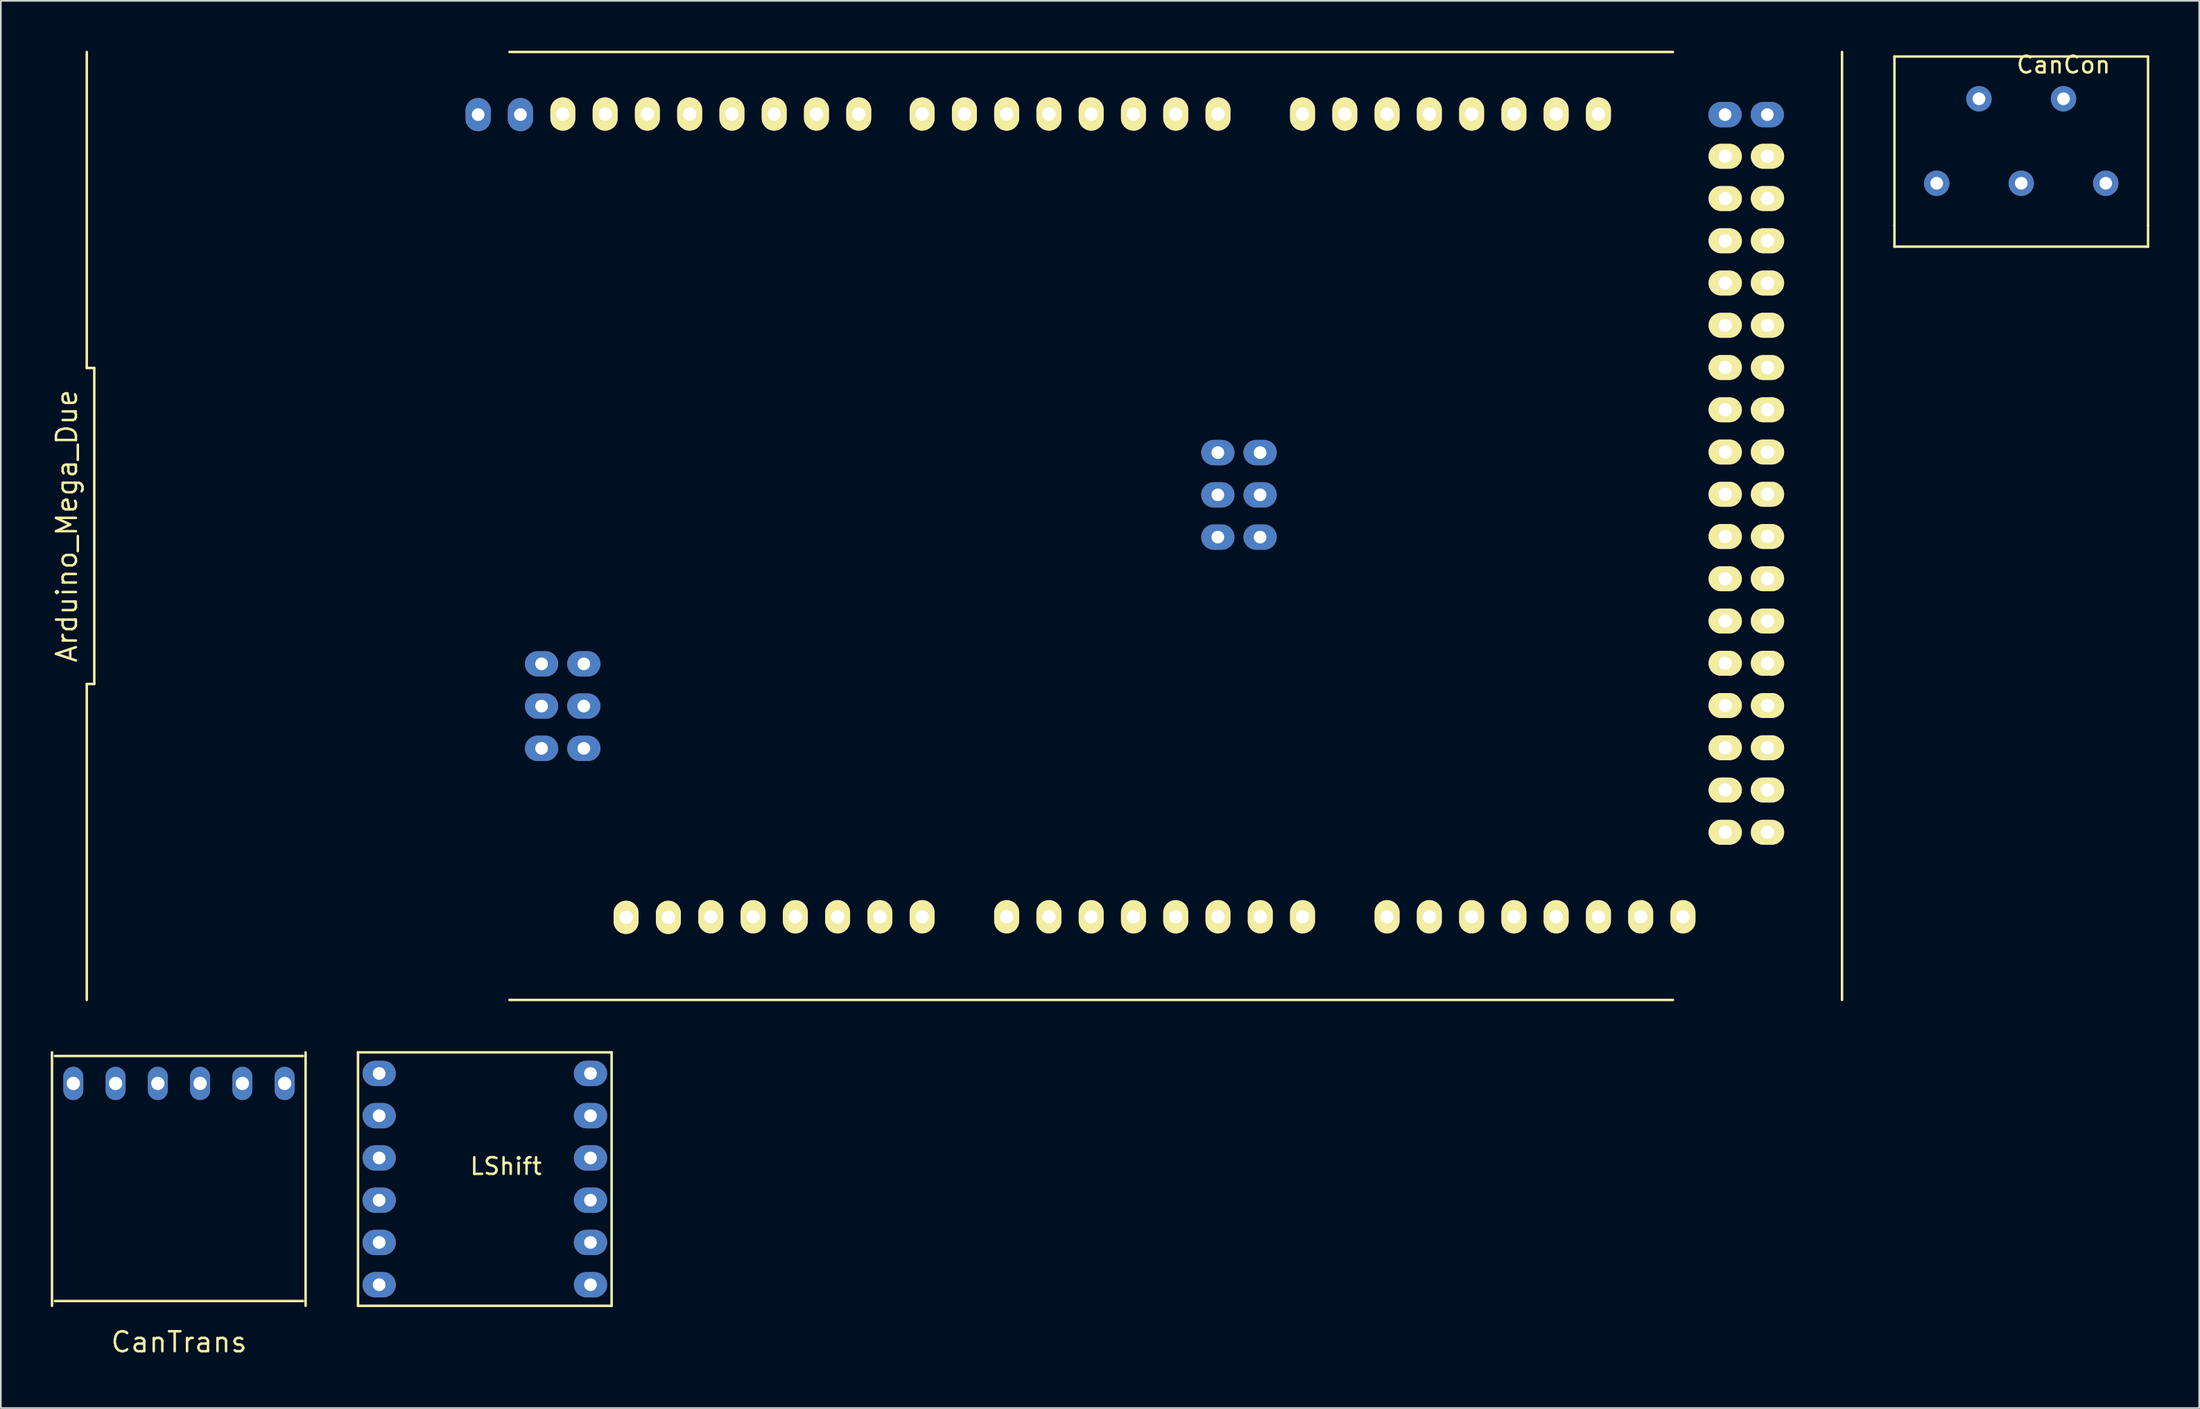
<source format=kicad_pcb>
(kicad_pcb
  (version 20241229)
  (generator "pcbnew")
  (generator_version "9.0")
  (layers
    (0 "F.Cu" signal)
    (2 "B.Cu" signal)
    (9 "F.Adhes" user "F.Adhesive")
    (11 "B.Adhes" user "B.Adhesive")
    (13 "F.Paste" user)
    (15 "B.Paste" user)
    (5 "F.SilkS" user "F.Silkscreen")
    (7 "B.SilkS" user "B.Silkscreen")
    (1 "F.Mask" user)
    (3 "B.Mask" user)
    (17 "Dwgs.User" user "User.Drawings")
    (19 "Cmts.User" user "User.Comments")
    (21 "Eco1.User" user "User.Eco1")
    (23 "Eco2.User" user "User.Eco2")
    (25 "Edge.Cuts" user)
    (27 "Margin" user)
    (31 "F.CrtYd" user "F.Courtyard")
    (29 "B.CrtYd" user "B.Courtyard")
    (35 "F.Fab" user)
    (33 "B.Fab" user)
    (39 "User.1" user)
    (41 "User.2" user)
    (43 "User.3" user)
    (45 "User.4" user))
  (footprint "CanTrans"
    (layer "F.Cu")
    (at 7.705 68.435)
    (property "Reference" "CanTrans" (at 0 9.2 0) (layer "F.SilkS") (effects (font (size 1.2 1.2) (thickness 0.15))))
    (attr through_hole)
    (fp_line (start -7.63 -8.22) (end -7.63 7.02) (stroke (width 0.15) (type solid)) (layer "F.SilkS"))
    (fp_line (start -7.45 -8) (end 7.45 -8) (stroke (width 0.15) (type solid)) (layer "F.SilkS"))
    (fp_line (start 7.45 6.73) (end -7.45 6.73) (stroke (width 0.15) (type solid)) (layer "F.SilkS"))
    (fp_line (start 7.61 7.02) (end 7.61 -8.22) (stroke (width 0.15) (type solid)) (layer "F.SilkS"))
    (pad "3v3" thru_hole oval (at 6.35 -6.35) (size 1.2 2) (drill 0.8) (layers "*.Cu" "*.Mask"))
    (pad "CANH" thru_hole oval (at -3.81 -6.35) (size 1.2 2) (drill 0.8) (layers "*.Cu" "*.Mask"))
    (pad "CANL" thru_hole oval (at -6.35 -6.35) (size 1.2 2) (drill 0.8) (layers "*.Cu" "*.Mask"))
    (pad "CRX" thru_hole oval (at -1.27 -6.35) (size 1.2 2) (drill 0.8) (layers "*.Cu" "*.Mask"))
    (pad "CTX" thru_hole oval (at 1.27 -6.35) (size 1.2 2) (drill 0.8) (layers "*.Cu" "*.Mask"))
    (pad "GND" thru_hole oval (at 3.81 -6.35) (size 1.2 2) (drill 0.8) (layers "*.Cu" "*.Mask")))
  (footprint "Arduino_Mega_Due"
    (layer "F.Cu")
    (at 62.525 29.84)
    (property "Reference" "Arduino_Mega_Due" (at -61.56 -1.27 90) (layer "F.SilkS") (effects (font (size 1.2 1.2) (thickness 0.15))))
    (attr through_hole)
    (fp_line (start -60.36 -29.765) (end -60.36 -10.768) (stroke (width 0.15) (type solid)) (layer "F.SilkS"))
    (fp_line (start -60.36 -10.768) (end -59.91 -10.768) (stroke (width 0.15) (type solid)) (layer "F.SilkS"))
    (fp_line (start -60.36 8.228) (end -60.36 27.225) (stroke (width 0.15) (type solid)) (layer "F.SilkS"))
    (fp_line (start -59.91 -10.768) (end -59.91 8.228) (stroke (width 0.15) (type solid)) (layer "F.SilkS"))
    (fp_line (start -59.91 8.228) (end -60.36 8.228) (stroke (width 0.15) (type solid)) (layer "F.SilkS"))
    (fp_line (start -34.96 27.225) (end 34.96 27.225) (stroke (width 0.15) (type solid)) (layer "F.SilkS"))
    (fp_line (start 34.96 -29.765) (end -34.96 -29.765) (stroke (width 0.15) (type solid)) (layer "F.SilkS"))
    (fp_line (start 45.12 27.225) (end 45.12 -29.765) (stroke (width 0.15) (type solid)) (layer "F.SilkS"))
    (pad "0" thru_hole oval (at 7.62 -26.035) (size 1.5 2) (drill 0.8) (layers "*.Cu" "*.Mask" "F.SilkS"))
    (pad "1" thru_hole oval (at 5.08 -26.035) (size 1.5 2) (drill 0.8) (layers "*.Cu" "*.Mask" "F.SilkS"))
    (pad "2" thru_hole oval (at 2.54 -26.035) (size 1.5 2) (drill 0.8) (layers "*.Cu" "*.Mask" "F.SilkS"))
    (pad "3" thru_hole oval (at 0 -26.035) (size 1.5 2) (drill 0.8) (layers "*.Cu" "*.Mask" "F.SilkS"))
    (pad "3.3V" thru_hole oval (at -20.32 22.225) (size 1.5 2) (drill 0.8) (layers "*.Cu" "*.Mask" "F.SilkS"))
    (pad "4" thru_hole oval (at -2.54 -26.035) (size 1.5 2) (drill 0.8) (layers "*.Cu" "*.Mask" "F.SilkS"))
    (pad "5" thru_hole oval (at -5.08 -26.035) (size 1.5 2) (drill 0.8) (layers "*.Cu" "*.Mask" "F.SilkS"))
    (pad "5V" thru_hole oval (at -17.78 22.225) (size 1.5 2) (drill 0.8) (layers "*.Cu" "*.Mask" "F.SilkS"))
    (pad "5V" thru_hole oval (at 38.09 -26) (size 2 1.524) (drill 0.762) (layers "*.Cu" "*.Mask"))
    (pad "5V" thru_hole oval (at 40.63 -26) (size 2 1.524) (drill 0.762) (layers "*.Cu" "*.Mask"))
    (pad "6" thru_hole oval (at -7.62 -26.035) (size 1.5 2) (drill 0.8) (layers "*.Cu" "*.Mask" "F.SilkS"))
    (pad "7" thru_hole oval (at -10.16 -26.035) (size 1.5 2) (drill 0.8) (layers "*.Cu" "*.Mask" "F.SilkS"))
    (pad "8" thru_hole oval (at -13.97 -26.035) (size 1.5 2) (drill 0.8) (layers "*.Cu" "*.Mask" "F.SilkS"))
    (pad "9" thru_hole oval (at -16.51 -26.035) (size 1.5 2) (drill 0.8) (layers "*.Cu" "*.Mask" "F.SilkS"))
    (pad "10" thru_hole oval (at -19.05 -26.035) (size 1.5 2) (drill 0.8) (layers "*.Cu" "*.Mask" "F.SilkS"))
    (pad "11" thru_hole oval (at -21.59 -26.035) (size 1.5 2) (drill 0.8) (layers "*.Cu" "*.Mask" "F.SilkS"))
    (pad "12" thru_hole oval (at -24.13 -26.035) (size 1.5 2) (drill 0.8) (layers "*.Cu" "*.Mask" "F.SilkS"))
    (pad "13" thru_hole oval (at -26.67 -26.035) (size 1.5 2) (drill 0.8) (layers "*.Cu" "*.Mask" "F.SilkS"))
    (pad "14" thru_hole oval (at 12.7 -26.035) (size 1.5 2) (drill 0.8) (layers "*.Cu" "*.Mask" "F.SilkS"))
    (pad "15" thru_hole oval (at 15.24 -26.035) (size 1.5 2) (drill 0.8) (layers "*.Cu" "*.Mask" "F.SilkS"))
    (pad "16" thru_hole oval (at 17.78 -26.035) (size 1.5 2) (drill 0.8) (layers "*.Cu" "*.Mask" "F.SilkS"))
    (pad "17" thru_hole oval (at 20.32 -26.035) (size 1.5 2) (drill 0.8) (layers "*.Cu" "*.Mask" "F.SilkS"))
    (pad "18" thru_hole oval (at 22.86 -26.035) (size 1.5 2) (drill 0.8) (layers "*.Cu" "*.Mask" "F.SilkS"))
    (pad "19" thru_hole oval (at 25.4 -26.035) (size 1.5 2) (drill 0.8) (layers "*.Cu" "*.Mask" "F.SilkS"))
    (pad "20" thru_hole oval (at 27.94 -26.035) (size 1.5 2) (drill 0.8) (layers "*.Cu" "*.Mask" "F.SilkS"))
    (pad "21" thru_hole oval (at 30.48 -26.035) (size 1.5 2) (drill 0.8) (layers "*.Cu" "*.Mask" "F.SilkS"))
    (pad "22" thru_hole oval (at 38.1 -23.495 90) (size 1.5 2) (drill 0.8) (layers "*.Cu" "*.Mask" "F.SilkS"))
    (pad "23" thru_hole oval (at 40.64 -23.495 90) (size 1.5 2) (drill 0.8) (layers "*.Cu" "*.Mask" "F.SilkS"))
    (pad "24" thru_hole oval (at 38.1 -20.955 90) (size 1.5 2) (drill 0.8) (layers "*.Cu" "*.Mask" "F.SilkS"))
    (pad "25" thru_hole oval (at 40.64 -20.955 90) (size 1.5 2) (drill 0.8) (layers "*.Cu" "*.Mask" "F.SilkS"))
    (pad "26" thru_hole oval (at 38.1 -18.415 90) (size 1.5 2) (drill 0.8) (layers "*.Cu" "*.Mask" "F.SilkS"))
    (pad "27" thru_hole oval (at 40.64 -18.415 90) (size 1.5 2) (drill 0.8) (layers "*.Cu" "*.Mask" "F.SilkS"))
    (pad "28" thru_hole oval (at 38.1 -15.875 90) (size 1.5 2) (drill 0.8) (layers "*.Cu" "*.Mask" "F.SilkS"))
    (pad "29" thru_hole oval (at 40.64 -15.875 90) (size 1.5 2) (drill 0.8) (layers "*.Cu" "*.Mask" "F.SilkS"))
    (pad "30" thru_hole oval (at 38.1 -13.335 90) (size 1.5 2) (drill 0.8) (layers "*.Cu" "*.Mask" "F.SilkS"))
    (pad "31" thru_hole oval (at 40.64 -13.335 90) (size 1.5 2) (drill 0.8) (layers "*.Cu" "*.Mask" "F.SilkS"))
    (pad "32" thru_hole oval (at 38.1 -10.795 90) (size 1.5 2) (drill 0.8) (layers "*.Cu" "*.Mask" "F.SilkS"))
    (pad "33" thru_hole oval (at 40.64 -10.795 90) (size 1.5 2) (drill 0.8) (layers "*.Cu" "*.Mask" "F.SilkS"))
    (pad "34" thru_hole oval (at 38.1 -8.255 90) (size 1.5 2) (drill 0.8) (layers "*.Cu" "*.Mask" "F.SilkS"))
    (pad "35" thru_hole oval (at 40.64 -8.255 90) (size 1.5 2) (drill 0.8) (layers "*.Cu" "*.Mask" "F.SilkS"))
    (pad "36" thru_hole oval (at 38.1 -5.715 90) (size 1.5 2) (drill 0.8) (layers "*.Cu" "*.Mask" "F.SilkS"))
    (pad "37" thru_hole oval (at 40.64 -5.715 90) (size 1.5 2) (drill 0.8) (layers "*.Cu" "*.Mask" "F.SilkS"))
    (pad "38" thru_hole oval (at 38.1 -3.175 90) (size 1.5 2) (drill 0.8) (layers "*.Cu" "*.Mask" "F.SilkS"))
    (pad "39" thru_hole oval (at 40.64 -3.175 90) (size 1.5 2) (drill 0.8) (layers "*.Cu" "*.Mask" "F.SilkS"))
    (pad "40" thru_hole oval (at 38.1 -0.635 90) (size 1.5 2) (drill 0.8) (layers "*.Cu" "*.Mask" "F.SilkS"))
    (pad "41" thru_hole oval (at 40.64 -0.635 90) (size 1.5 2) (drill 0.8) (layers "*.Cu" "*.Mask" "F.SilkS"))
    (pad "42" thru_hole oval (at 38.1 1.905 90) (size 1.5 2) (drill 0.8) (layers "*.Cu" "*.Mask" "F.SilkS"))
    (pad "43" thru_hole oval (at 40.64 1.905 90) (size 1.5 2) (drill 0.8) (layers "*.Cu" "*.Mask" "F.SilkS"))
    (pad "44" thru_hole oval (at 38.1 4.445 90) (size 1.5 2) (drill 0.8) (layers "*.Cu" "*.Mask" "F.SilkS"))
    (pad "45" thru_hole oval (at 40.64 4.445 90) (size 1.5 2) (drill 0.8) (layers "*.Cu" "*.Mask" "F.SilkS"))
    (pad "46" thru_hole oval (at 38.1 6.985 90) (size 1.5 2) (drill 0.8) (layers "*.Cu" "*.Mask" "F.SilkS"))
    (pad "47" thru_hole oval (at 40.64 6.985 90) (size 1.5 2) (drill 0.8) (layers "*.Cu" "*.Mask" "F.SilkS"))
    (pad "48" thru_hole oval (at 38.1 9.525 90) (size 1.5 2) (drill 0.8) (layers "*.Cu" "*.Mask" "F.SilkS"))
    (pad "49" thru_hole oval (at 40.64 9.525 90) (size 1.5 2) (drill 0.8) (layers "*.Cu" "*.Mask" "F.SilkS"))
    (pad "50" thru_hole oval (at 38.1 12.065 90) (size 1.5 2) (drill 0.8) (layers "*.Cu" "*.Mask" "F.SilkS"))
    (pad "51" thru_hole oval (at 40.64 12.065 90) (size 1.5 2) (drill 0.8) (layers "*.Cu" "*.Mask" "F.SilkS"))
    (pad "52" thru_hole oval (at 38.1 14.605 90) (size 1.5 2) (drill 0.8) (layers "*.Cu" "*.Mask" "F.SilkS"))
    (pad "53" thru_hole oval (at 40.64 14.605 90) (size 1.5 2) (drill 0.8) (layers "*.Cu" "*.Mask" "F.SilkS"))
    (pad "A0" thru_hole oval (at -5.08 22.225) (size 1.5 2) (drill 0.8) (layers "*.Cu" "*.Mask" "F.SilkS"))
    (pad "A1" thru_hole oval (at -2.54 22.225) (size 1.5 2) (drill 0.8) (layers "*.Cu" "*.Mask" "F.SilkS"))
    (pad "A2" thru_hole oval (at 0 22.225) (size 1.5 2) (drill 0.8) (layers "*.Cu" "*.Mask" "F.SilkS"))
    (pad "A3" thru_hole oval (at 2.54 22.225) (size 1.5 2) (drill 0.8) (layers "*.Cu" "*.Mask" "F.SilkS"))
    (pad "A4" thru_hole oval (at 5.08 22.225) (size 1.5 2) (drill 0.8) (layers "*.Cu" "*.Mask" "F.SilkS"))
    (pad "A5" thru_hole oval (at 7.62 22.225) (size 1.5 2) (drill 0.8) (layers "*.Cu" "*.Mask" "F.SilkS"))
    (pad "A6" thru_hole oval (at 10.16 22.225) (size 1.5 2) (drill 0.8) (layers "*.Cu" "*.Mask" "F.SilkS"))
    (pad "A7" thru_hole oval (at 12.7 22.225) (size 1.5 2) (drill 0.8) (layers "*.Cu" "*.Mask" "F.SilkS"))
    (pad "A8" thru_hole oval (at 17.78 22.225) (size 1.5 2) (drill 0.8) (layers "*.Cu" "*.Mask" "F.SilkS"))
    (pad "A9" thru_hole oval (at 20.32 22.225) (size 1.5 2) (drill 0.8) (layers "*.Cu" "*.Mask" "F.SilkS"))
    (pad "A10" thru_hole oval (at 22.86 22.225) (size 1.5 2) (drill 0.8) (layers "*.Cu" "*.Mask" "F.SilkS"))
    (pad "A11" thru_hole oval (at 25.4 22.225) (size 1.5 2) (drill 0.8) (layers "*.Cu" "*.Mask" "F.SilkS"))
    (pad "AREF" thru_hole oval (at -31.75 -26.035) (size 1.5 2) (drill 0.8) (layers "*.Cu" "*.Mask" "F.SilkS"))
    (pad "CanR" thru_hole oval (at 33.02 22.225) (size 1.5 2) (drill 0.8) (layers "*.Cu" "*.Mask" "F.SilkS"))
    (pad "CanT" thru_hole oval (at 35.56 22.225) (size 1.5 2) (drill 0.8) (layers "*.Cu" "*.Mask" "F.SilkS"))
    (pad "DAC0" thru_hole oval (at 27.94 22.225) (size 1.5 2) (drill 0.8) (layers "*.Cu" "*.Mask" "F.SilkS"))
    (pad "DAC1" thru_hole oval (at 30.48 22.225) (size 1.5 2) (drill 0.8) (layers "*.Cu" "*.Mask" "F.SilkS"))
    (pad "GND" thru_hole oval (at -29.21 -26.035) (size 1.5 2) (drill 0.8) (layers "*.Cu" "*.Mask" "F.SilkS"))
    (pad "GND" thru_hole oval (at -15.24 22.225) (size 1.5 2) (drill 0.8) (layers "*.Cu" "*.Mask" "F.SilkS"))
    (pad "GND" thru_hole oval (at -12.7 22.225) (size 1.5 2) (drill 0.8) (layers "*.Cu" "*.Mask" "F.SilkS"))
    (pad "GND" thru_hole oval (at 38.1 17.145 90) (size 1.5 2) (drill 0.8) (layers "*.Cu" "*.Mask" "F.SilkS"))
    (pad "GND" thru_hole oval (at 40.64 17.145 90) (size 1.5 2) (drill 0.8) (layers "*.Cu" "*.Mask" "F.SilkS"))
    (pad "ICS0" thru_hole oval (at -30.49 12.1) (size 2 1.524) (drill 0.762) (layers "*.Cu" "*.Mask"))
    (pad "ICS1" thru_hole oval (at -30.49 9.56) (size 2 1.524) (drill 0.762) (layers "*.Cu" "*.Mask"))
    (pad "ICS2" thru_hole oval (at -30.49 7.02) (size 2 1.524) (drill 0.762) (layers "*.Cu" "*.Mask"))
    (pad "ICS3" thru_hole oval (at -33.03 12.1) (size 2 1.524) (drill 0.762) (layers "*.Cu" "*.Mask"))
    (pad "ICS4" thru_hole oval (at -33.03 9.56) (size 2 1.524) (drill 0.762) (layers "*.Cu" "*.Mask"))
    (pad "ICS5" thru_hole oval (at -33.03 7.02) (size 2 1.524) (drill 0.762) (layers "*.Cu" "*.Mask"))
    (pad "IORE" thru_hole oval (at -25.41 22.26) (size 1.5 2) (drill 0.8) (layers "*.Cu" "*.Mask" "F.SilkS"))
    (pad "NC" thru_hole oval (at -27.95 22.26) (size 1.5 2) (drill 0.8) (layers "*.Cu" "*.Mask" "F.SilkS"))
    (pad "RESE" thru_hole oval (at -22.86 22.225) (size 1.5 2) (drill 0.8) (layers "*.Cu" "*.Mask" "F.SilkS"))
    (pad "SCL1" thru_hole oval (at -36.84 -26) (size 1.524 2) (drill 0.762) (layers "*.Cu" "*.Mask"))
    (pad "SDA1" thru_hole oval (at -34.3 -26) (size 1.524 2) (drill 0.762) (layers "*.Cu" "*.Mask"))
    (pad "SPI0" thru_hole oval (at 10.15 -0.6) (size 2 1.524) (drill 0.762) (layers "*.Cu" "*.Mask"))
    (pad "SPI1" thru_hole oval (at 10.15 -3.14) (size 2 1.524) (drill 0.762) (layers "*.Cu" "*.Mask"))
    (pad "SPI2" thru_hole oval (at 10.15 -5.68) (size 2 1.524) (drill 0.762) (layers "*.Cu" "*.Mask"))
    (pad "SPI3" thru_hole oval (at 7.61 -0.6) (size 2 1.524) (drill 0.762) (layers "*.Cu" "*.Mask"))
    (pad "SPI4" thru_hole oval (at 7.61 -3.14) (size 2 1.524) (drill 0.762) (layers "*.Cu" "*.Mask"))
    (pad "SPI5" thru_hole oval (at 7.61 -5.68) (size 2 1.524) (drill 0.762) (layers "*.Cu" "*.Mask"))
    (pad "VIN" thru_hole oval (at -10.16 22.225) (size 1.5 2) (drill 0.8) (layers "*.Cu" "*.Mask" "F.SilkS")))
  (footprint "CanCon"
    (layer "F.Cu")
    (at 120.955 0.348)
    (property "Reference" "CanCon" (at 0 0.5 0) (layer "F.SilkS") (effects (font (size 1 1) (thickness 0.15))))
    (attr through_hole)
    (fp_line (start -10.16 0) (end -10.16 10.16) (stroke (width 0.15) (type solid)) (layer "F.SilkS"))
    (fp_line (start -10.16 10.16) (end -10.16 11.43) (stroke (width 0.15) (type solid)) (layer "F.SilkS"))
    (fp_line (start -10.16 11.43) (end 5.08 11.43) (stroke (width 0.15) (type solid)) (layer "F.SilkS"))
    (fp_line (start 5.08 0) (end -10.16 0) (stroke (width 0.15) (type solid)) (layer "F.SilkS"))
    (fp_line (start 5.08 10.16) (end 5.08 0) (stroke (width 0.15) (type solid)) (layer "F.SilkS"))
    (fp_line (start 5.08 10.16) (end 5.08 11.43) (stroke (width 0.15) (type solid)) (layer "F.SilkS"))
    (pad "1" thru_hole circle (at -7.62 7.62) (size 1.524 1.524) (drill 0.762) (layers "*.Cu" "*.Mask"))
    (pad "2" thru_hole circle (at -5.08 2.54) (size 1.524 1.524) (drill 0.762) (layers "*.Cu" "*.Mask"))
    (pad "3" thru_hole circle (at -2.54 7.62) (size 1.524 1.524) (drill 0.762) (layers "*.Cu" "*.Mask"))
    (pad "4" thru_hole circle (at 0 2.54) (size 1.524 1.524) (drill 0.762) (layers "*.Cu" "*.Mask"))
    (pad "5" thru_hole circle (at 2.54 7.62) (size 1.524 1.524) (drill 0.762) (layers "*.Cu" "*.Mask")))
  (footprint "LShift"
    (layer "F.Cu")
    (at 27.355 66.565)
    (property "Reference" "LShift" (at 0 0.5 0) (layer "F.SilkS") (effects (font (size 1 1) (thickness 0.15))))
    (attr through_hole)
    (fp_line (start -8.89 -6.35) (end 6.35 -6.35) (stroke (width 0.15) (type solid)) (layer "F.SilkS"))
    (fp_line (start -8.89 8.89) (end -8.89 -6.35) (stroke (width 0.15) (type solid)) (layer "F.SilkS"))
    (fp_line (start 6.35 -6.35) (end 6.35 8.89) (stroke (width 0.15) (type solid)) (layer "F.SilkS"))
    (fp_line (start 6.35 8.89) (end -8.89 8.89) (stroke (width 0.15) (type solid)) (layer "F.SilkS"))
    (pad "3v3" thru_hole oval (at 5.08 -5.08) (size 2 1.524) (drill 0.762) (layers "*.Cu" "*.Mask"))
    (pad "5v" thru_hole oval (at -7.62 -5.08) (size 2 1.524) (drill 0.762) (layers "*.Cu" "*.Mask"))
    (pad "GND1" thru_hole oval (at 5.08 -2.54) (size 2 1.524) (drill 0.762) (layers "*.Cu" "*.Mask"))
    (pad "GND2" thru_hole oval (at -7.62 -2.54) (size 2 1.524) (drill 0.762) (layers "*.Cu" "*.Mask"))
    (pad "H1" thru_hole oval (at -7.62 0) (size 2 1.524) (drill 0.762) (layers "*.Cu" "*.Mask"))
    (pad "H2" thru_hole oval (at -7.62 2.54) (size 2 1.524) (drill 0.762) (layers "*.Cu" "*.Mask"))
    (pad "H3" thru_hole oval (at -7.62 5.08) (size 2 1.524) (drill 0.762) (layers "*.Cu" "*.Mask"))
    (pad "H4" thru_hole oval (at -7.62 7.62) (size 2 1.524) (drill 0.762) (layers "*.Cu" "*.Mask"))
    (pad "L1" thru_hole oval (at 5.08 0) (size 2 1.524) (drill 0.762) (layers "*.Cu" "*.Mask"))
    (pad "L2" thru_hole oval (at 5.08 2.54) (size 2 1.524) (drill 0.762) (layers "*.Cu" "*.Mask"))
    (pad "L3" thru_hole oval (at 5.08 5.08) (size 2 1.524) (drill 0.762) (layers "*.Cu" "*.Mask"))
    (pad "L4" thru_hole oval (at 5.08 7.62) (size 2 1.524) (drill 0.762) (layers "*.Cu" "*.Mask")))
  (gr_rect
    (start -3 -3)
    (end 129.11 81.6)
    (stroke (width 0.1) (type default))
    (fill no)
    (layer "Edge.Cuts")))
</source>
